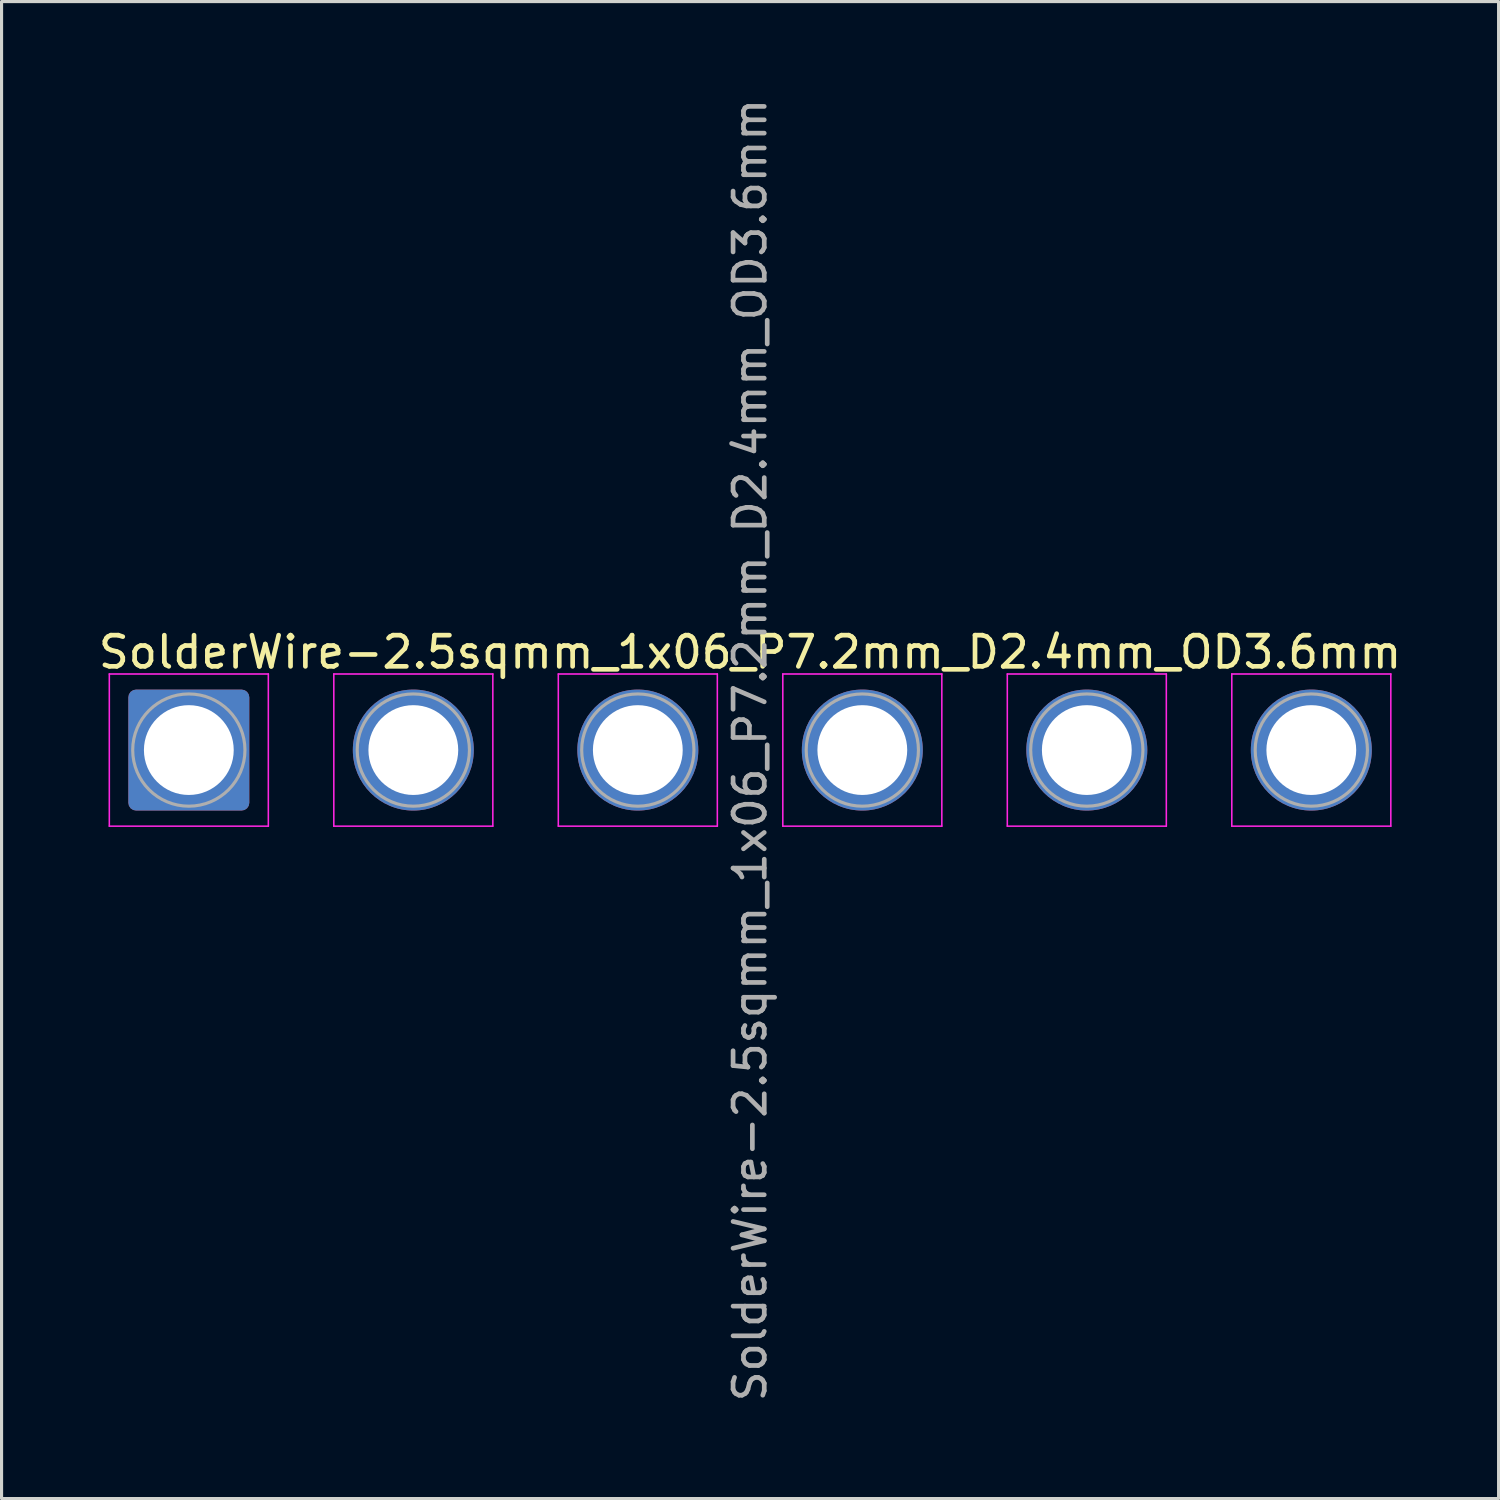
<source format=kicad_pcb>
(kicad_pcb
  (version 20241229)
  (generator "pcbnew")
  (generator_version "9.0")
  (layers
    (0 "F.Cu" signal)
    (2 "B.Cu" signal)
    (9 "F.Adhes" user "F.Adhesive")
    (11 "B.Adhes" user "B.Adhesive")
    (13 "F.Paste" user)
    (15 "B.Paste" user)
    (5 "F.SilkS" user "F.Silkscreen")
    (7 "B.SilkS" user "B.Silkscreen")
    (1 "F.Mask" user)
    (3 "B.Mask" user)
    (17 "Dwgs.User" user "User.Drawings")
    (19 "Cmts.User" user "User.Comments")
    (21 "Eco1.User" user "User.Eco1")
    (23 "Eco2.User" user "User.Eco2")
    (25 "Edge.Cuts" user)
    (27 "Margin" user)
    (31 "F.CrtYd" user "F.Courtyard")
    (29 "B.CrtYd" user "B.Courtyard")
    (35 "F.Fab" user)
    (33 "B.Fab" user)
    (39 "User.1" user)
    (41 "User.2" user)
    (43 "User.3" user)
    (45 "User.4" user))
  (footprint "SolderWire-2.5sqmm_1x06_P7.2mm_D2.4mm_OD3.6mm"
    (layer "F.Cu")
    (at 3.006 21.006)
    (property "Reference" "SolderWire-2.5sqmm_1x06_P7.2mm_D2.4mm_OD3.6mm" (at 18 -3.14 0) (layer "F.SilkS") (effects (font (size 1 1) (thickness 0.15))))
    (attr exclude_from_pos_files exclude_from_bom)
    (fp_line (start -2.55 -2.44) (end -2.55 2.44) (stroke (width 0.05) (type solid)) (layer "F.CrtYd"))
    (fp_line (start -2.55 2.44) (end 2.55 2.44) (stroke (width 0.05) (type solid)) (layer "F.CrtYd"))
    (fp_line (start 2.55 -2.44) (end -2.55 -2.44) (stroke (width 0.05) (type solid)) (layer "F.CrtYd"))
    (fp_line (start 2.55 2.44) (end 2.55 -2.44) (stroke (width 0.05) (type solid)) (layer "F.CrtYd"))
    (fp_line (start 4.65 -2.44) (end 4.65 2.44) (stroke (width 0.05) (type solid)) (layer "F.CrtYd"))
    (fp_line (start 4.65 2.44) (end 9.75 2.44) (stroke (width 0.05) (type solid)) (layer "F.CrtYd"))
    (fp_line (start 9.75 -2.44) (end 4.65 -2.44) (stroke (width 0.05) (type solid)) (layer "F.CrtYd"))
    (fp_line (start 9.75 2.44) (end 9.75 -2.44) (stroke (width 0.05) (type solid)) (layer "F.CrtYd"))
    (fp_line (start 11.85 -2.44) (end 11.85 2.44) (stroke (width 0.05) (type solid)) (layer "F.CrtYd"))
    (fp_line (start 11.85 2.44) (end 16.95 2.44) (stroke (width 0.05) (type solid)) (layer "F.CrtYd"))
    (fp_line (start 16.95 -2.44) (end 11.85 -2.44) (stroke (width 0.05) (type solid)) (layer "F.CrtYd"))
    (fp_line (start 16.95 2.44) (end 16.95 -2.44) (stroke (width 0.05) (type solid)) (layer "F.CrtYd"))
    (fp_line (start 19.05 -2.44) (end 19.05 2.44) (stroke (width 0.05) (type solid)) (layer "F.CrtYd"))
    (fp_line (start 19.05 2.44) (end 24.15 2.44) (stroke (width 0.05) (type solid)) (layer "F.CrtYd"))
    (fp_line (start 24.15 -2.44) (end 19.05 -2.44) (stroke (width 0.05) (type solid)) (layer "F.CrtYd"))
    (fp_line (start 24.15 2.44) (end 24.15 -2.44) (stroke (width 0.05) (type solid)) (layer "F.CrtYd"))
    (fp_line (start 26.25 -2.44) (end 26.25 2.44) (stroke (width 0.05) (type solid)) (layer "F.CrtYd"))
    (fp_line (start 26.25 2.44) (end 31.35 2.44) (stroke (width 0.05) (type solid)) (layer "F.CrtYd"))
    (fp_line (start 31.35 -2.44) (end 26.25 -2.44) (stroke (width 0.05) (type solid)) (layer "F.CrtYd"))
    (fp_line (start 31.35 2.44) (end 31.35 -2.44) (stroke (width 0.05) (type solid)) (layer "F.CrtYd"))
    (fp_line (start 33.45 -2.44) (end 33.45 2.44) (stroke (width 0.05) (type solid)) (layer "F.CrtYd"))
    (fp_line (start 33.45 2.44) (end 38.55 2.44) (stroke (width 0.05) (type solid)) (layer "F.CrtYd"))
    (fp_line (start 38.55 -2.44) (end 33.45 -2.44) (stroke (width 0.05) (type solid)) (layer "F.CrtYd"))
    (fp_line (start 38.55 2.44) (end 38.55 -2.44) (stroke (width 0.05) (type solid)) (layer "F.CrtYd"))
    (fp_circle (center 0 0) (end 1.8 0) (stroke (width 0.1) (type solid)) (fill no) (layer "F.Fab"))
    (fp_circle (center 7.2 0) (end 9 0) (stroke (width 0.1) (type solid)) (fill no) (layer "F.Fab"))
    (fp_circle (center 14.4 0) (end 16.2 0) (stroke (width 0.1) (type solid)) (fill no) (layer "F.Fab"))
    (fp_circle (center 21.6 0) (end 23.4 0) (stroke (width 0.1) (type solid)) (fill no) (layer "F.Fab"))
    (fp_circle (center 28.8 0) (end 30.6 0) (stroke (width 0.1) (type solid)) (fill no) (layer "F.Fab"))
    (fp_circle (center 36 0) (end 37.8 0) (stroke (width 0.1) (type solid)) (fill no) (layer "F.Fab"))
    (fp_text user "${REFERENCE}" (at 18 0 90) (layer "F.Fab") (effects (font (size 1 1) (thickness 0.15))))
    (pad "1" thru_hole roundrect (at 0 0) (size 3.88 3.88) (drill 2.88) (layers "*.Cu" "*.Mask") (roundrect_rratio 0.064))
    (pad "2" thru_hole circle (at 7.2 0) (size 3.88 3.88) (drill 2.88) (layers "*.Cu" "*.Mask"))
    (pad "3" thru_hole circle (at 14.4 0) (size 3.88 3.88) (drill 2.88) (layers "*.Cu" "*.Mask"))
    (pad "4" thru_hole circle (at 21.6 0) (size 3.88 3.88) (drill 2.88) (layers "*.Cu" "*.Mask"))
    (pad "5" thru_hole circle (at 28.8 0) (size 3.88 3.88) (drill 2.88) (layers "*.Cu" "*.Mask"))
    (pad "6" thru_hole circle (at 36 0) (size 3.88 3.88) (drill 2.88) (layers "*.Cu" "*.Mask")))
  (gr_rect
    (start -3 -3)
    (end 45.012 45.012)
    (stroke (width 0.1) (type default))
    (fill no)
    (layer "Edge.Cuts")))
</source>
